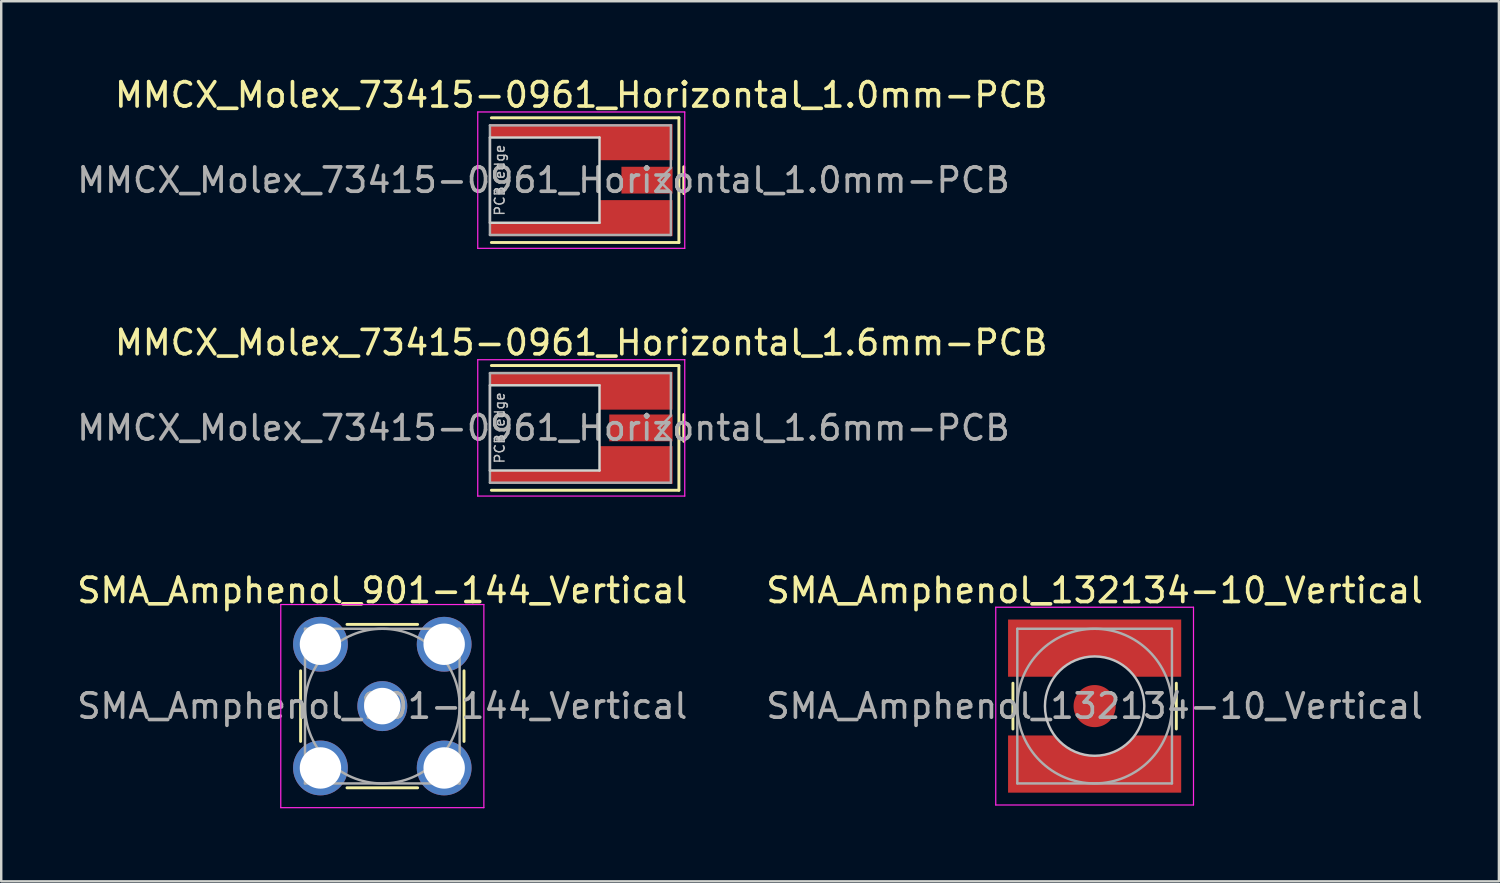
<source format=kicad_pcb>
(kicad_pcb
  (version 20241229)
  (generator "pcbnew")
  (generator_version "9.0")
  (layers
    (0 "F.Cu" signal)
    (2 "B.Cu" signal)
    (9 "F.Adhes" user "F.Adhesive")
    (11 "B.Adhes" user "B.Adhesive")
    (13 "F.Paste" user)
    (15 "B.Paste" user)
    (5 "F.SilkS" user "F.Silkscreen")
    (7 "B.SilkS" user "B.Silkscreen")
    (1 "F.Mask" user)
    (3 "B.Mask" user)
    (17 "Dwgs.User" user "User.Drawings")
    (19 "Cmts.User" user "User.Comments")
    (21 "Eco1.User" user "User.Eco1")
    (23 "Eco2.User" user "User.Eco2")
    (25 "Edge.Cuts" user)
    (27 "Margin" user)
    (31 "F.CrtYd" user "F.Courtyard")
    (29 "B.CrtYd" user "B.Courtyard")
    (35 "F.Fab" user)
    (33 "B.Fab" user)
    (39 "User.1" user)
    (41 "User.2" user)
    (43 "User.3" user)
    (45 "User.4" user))
  (footprint "SMA_Amphenol_132134-10_Vertical"
    (layer "F.Cu")
    (at 41.899 25.945)
    (property "Reference" "SMA_Amphenol_132134-10_Vertical" (at 0 -4.75 0) (layer "F.SilkS") (effects (font (size 1 1) (thickness 0.15))))
    (attr smd)
    (fp_line (start -3.355 -0.94) (end -3.355 0.94) (stroke (width 0.12) (type solid)) (layer "F.SilkS"))
    (fp_line (start 3.355 -0.94) (end 3.355 0.94) (stroke (width 0.12) (type solid)) (layer "F.SilkS"))
    (fp_circle (center 0 0) (end 2.04 0) (stroke (width 0.1) (type solid)) (fill no) (layer "Dwgs.User"))
    (fp_line (start -4.06 -4.06) (end -4.06 4.06) (stroke (width 0.05) (type solid)) (layer "F.CrtYd"))
    (fp_line (start -4.06 -4.06) (end 4.06 -4.06) (stroke (width 0.05) (type solid)) (layer "F.CrtYd"))
    (fp_line (start 4.06 4.06) (end -4.06 4.06) (stroke (width 0.05) (type solid)) (layer "F.CrtYd"))
    (fp_line (start 4.06 4.06) (end 4.06 -4.06) (stroke (width 0.05) (type solid)) (layer "F.CrtYd"))
    (fp_line (start -3.175 -3.175) (end -3.175 3.175) (stroke (width 0.1) (type solid)) (layer "F.Fab"))
    (fp_line (start -3.175 -3.175) (end 3.175 -3.175) (stroke (width 0.1) (type solid)) (layer "F.Fab"))
    (fp_line (start -3.175 3.175) (end 3.175 3.175) (stroke (width 0.1) (type solid)) (layer "F.Fab"))
    (fp_line (start 3.175 -3.175) (end 3.175 3.175) (stroke (width 0.1) (type solid)) (layer "F.Fab"))
    (fp_circle (center 0 0) (end 3.175 0) (stroke (width 0.1) (type solid)) (fill no) (layer "F.Fab"))
    (fp_text user "${REFERENCE}" (at 0 0 0) (layer "F.Fab") (effects (font (size 1 1) (thickness 0.15))))
    (pad "1" smd circle (at 0 0 90) (size 1.73 1.73) (layers "F.Cu" "F.Mask" "F.Paste"))
    (pad "2" smd custom (at 0 -2.8 180) (size 7.11 1.51) (layers "F.Cu" "F.Mask" "F.Paste") (options (anchor rect)) (primitives (gr_poly (pts (xy -1.5 -1.42) (xy -1.36 -1.28) (xy -1.205 -1.155) (xy -1.035 -1.045) (xy -0.86 -0.95) (xy -0.675 -0.875) (xy -0.48 -0.82) (xy -0.28 -0.78) (xy -0.085 -0.765) (xy 0 -0.765) (xy 0 0.755) (xy -3.555 0.755) (xy -3.555 -1.595) (xy -1.645 -1.595)) (width 0) (fill yes)) (gr_poly (pts (xy 3.555 0.755) (xy 0 0.755) (xy 0 -0.765) (xy 0.085 -0.765) (xy 0.28 -0.78) (xy 0.48 -0.82) (xy 0.675 -0.875) (xy 0.86 -0.95) (xy 1.035 -1.045) (xy 1.205 -1.155) (xy 1.36 -1.28) (xy 1.5 -1.42) (xy 1.645 -1.595) (xy 3.555 -1.595)) (width 0) (fill yes))))
    (pad "2" smd custom (at 0 2.8) (size 7.11 1.51) (layers "F.Cu" "F.Mask" "F.Paste") (options (anchor rect)) (primitives (gr_poly (pts (xy -1.5 -1.42) (xy -1.36 -1.28) (xy -1.205 -1.155) (xy -1.035 -1.045) (xy -0.86 -0.95) (xy -0.675 -0.875) (xy -0.48 -0.82) (xy -0.28 -0.78) (xy -0.085 -0.765) (xy 0 -0.765) (xy 0 0.755) (xy -3.555 0.755) (xy -3.555 -1.595) (xy -1.645 -1.595)) (width 0) (fill yes)) (gr_poly (pts (xy 3.555 0.755) (xy 0 0.755) (xy 0 -0.765) (xy 0.085 -0.765) (xy 0.28 -0.78) (xy 0.48 -0.82) (xy 0.675 -0.875) (xy 0.86 -0.95) (xy 1.035 -1.045) (xy 1.205 -1.155) (xy 1.36 -1.28) (xy 1.5 -1.42) (xy 1.645 -1.595) (xy 3.555 -1.595)) (width 0) (fill yes)))))
  (footprint "MMCX_Molex_73415-0961_Horizontal_1.0mm-PCB"
    (layer "F.Cu")
    (at 20.818 4.348)
    (property "Reference" "MMCX_Molex_73415-0961_Horizontal_1.0mm-PCB" (at 0 -3.5 0) (layer "F.SilkS") (effects (font (size 1 1) (thickness 0.15))))
    (attr smd)
    (fp_line (start -3.69 -2.56) (end 4.01 -2.56) (stroke (width 0.12) (type solid)) (layer "F.SilkS"))
    (fp_line (start -3.69 2.56) (end 4.01 2.56) (stroke (width 0.12) (type solid)) (layer "F.SilkS"))
    (fp_line (start 4.01 2.56) (end 4.01 -2.56) (stroke (width 0.12) (type solid)) (layer "F.SilkS"))
    (fp_line (start 4.21 -0.55) (end 4.21 0.55) (stroke (width 0.12) (type solid)) (layer "F.SilkS"))
    (fp_line (start -3.75 1.75) (end -3.75 -1.75) (stroke (width 0.1) (type solid)) (layer "Dwgs.User"))
    (fp_line (start -3.75 1.75) (end 0.75 1.75) (stroke (width 0.1) (type solid)) (layer "Edge.Cuts"))
    (fp_line (start 0.75 -1.75) (end -3.75 -1.75) (stroke (width 0.1) (type solid)) (layer "Edge.Cuts"))
    (fp_line (start 0.75 1.75) (end 0.75 -1.75) (stroke (width 0.1) (type solid)) (layer "Edge.Cuts"))
    (fp_line (start -4.25 -2.8) (end -4.25 2.8) (stroke (width 0.05) (type solid)) (layer "F.CrtYd"))
    (fp_line (start -4.25 -2.8) (end 4.25 -2.8) (stroke (width 0.05) (type solid)) (layer "F.CrtYd"))
    (fp_line (start -4.25 2.8) (end 4.25 2.8) (stroke (width 0.05) (type solid)) (layer "F.CrtYd"))
    (fp_line (start 4.25 -2.8) (end 4.25 2.8) (stroke (width 0.05) (type solid)) (layer "F.CrtYd"))
    (fp_line (start -3.75 -2.25) (end -3.75 2.25) (stroke (width 0.1) (type solid)) (layer "F.Fab"))
    (fp_line (start -3.75 -2.25) (end 3.68 -2.25) (stroke (width 0.1) (type solid)) (layer "F.Fab"))
    (fp_line (start -3.75 2.25) (end 3.68 2.25) (stroke (width 0.1) (type solid)) (layer "F.Fab"))
    (fp_line (start 3.18 0) (end 3.68 -0.5) (stroke (width 0.1) (type solid)) (layer "F.Fab"))
    (fp_line (start 3.18 0) (end 3.68 0.5) (stroke (width 0.1) (type solid)) (layer "F.Fab"))
    (fp_line (start 3.68 -0.5) (end 3.68 -2.25) (stroke (width 0.1) (type solid)) (layer "F.Fab"))
    (fp_line (start 3.68 2.25) (end 3.68 0.5) (stroke (width 0.1) (type solid)) (layer "F.Fab"))
    (fp_text user "PCB edge" (at -3.35 0 90) (layer "Dwgs.User") (effects (font (size 0.4 0.4) (thickness 0.06))))
    (fp_text user "${REFERENCE}" (at -1.55 0 0) (layer "F.Fab") (effects (font (size 1 1) (thickness 0.15))))
    (pad "1" smd rect (at 2.7 0) (size 2.1 1.1) (layers "F.Cu" "F.Mask" "F.Paste"))
    (pad "2" smd custom (at 2.25 -1.56) (size 3 1.48) (layers "F.Cu" "F.Mask" "F.Paste") (options (anchor rect)) (primitives (gr_poly (pts (xy -1.5 -0.19) (xy -6 -0.19) (xy -6 -0.74) (xy -1.5 -0.74)) (width 0) (fill yes))))
    (pad "2" smd custom (at 2.25 1.56) (size 3 1.48) (layers "F.Cu" "F.Mask" "F.Paste") (options (anchor rect)) (primitives (gr_poly (pts (xy -1.5 0.74) (xy -6 0.74) (xy -6 0.19) (xy -1.5 0.19)) (width 0) (fill yes)))))
  (footprint "SMA_Amphenol_901-144_Vertical"
    (layer "F.Cu")
    (at 12.649 25.945)
    (property "Reference" "SMA_Amphenol_901-144_Vertical" (at 0 -4.75 0) (layer "F.SilkS") (effects (font (size 1 1) (thickness 0.15))))
    (attr through_hole)
    (fp_line (start -3.355 -1.45) (end -3.355 1.45) (stroke (width 0.12) (type solid)) (layer "F.SilkS"))
    (fp_line (start -1.45 -3.355) (end 1.45 -3.355) (stroke (width 0.12) (type solid)) (layer "F.SilkS"))
    (fp_line (start -1.45 3.355) (end 1.45 3.355) (stroke (width 0.12) (type solid)) (layer "F.SilkS"))
    (fp_line (start 3.355 -1.45) (end 3.355 1.45) (stroke (width 0.12) (type solid)) (layer "F.SilkS"))
    (fp_line (start -4.17 -4.17) (end -4.17 4.17) (stroke (width 0.05) (type solid)) (layer "F.CrtYd"))
    (fp_line (start -4.17 -4.17) (end 4.17 -4.17) (stroke (width 0.05) (type solid)) (layer "F.CrtYd"))
    (fp_line (start 4.17 4.17) (end -4.17 4.17) (stroke (width 0.05) (type solid)) (layer "F.CrtYd"))
    (fp_line (start 4.17 4.17) (end 4.17 -4.17) (stroke (width 0.05) (type solid)) (layer "F.CrtYd"))
    (fp_line (start -3.175 -3.175) (end -3.175 3.175) (stroke (width 0.1) (type solid)) (layer "F.Fab"))
    (fp_line (start -3.175 -3.175) (end 3.175 -3.175) (stroke (width 0.1) (type solid)) (layer "F.Fab"))
    (fp_line (start -3.175 3.175) (end 3.175 3.175) (stroke (width 0.1) (type solid)) (layer "F.Fab"))
    (fp_line (start 3.175 -3.175) (end 3.175 3.175) (stroke (width 0.1) (type solid)) (layer "F.Fab"))
    (fp_circle (center 0 0) (end 3.175 0) (stroke (width 0.1) (type solid)) (fill no) (layer "F.Fab"))
    (fp_text user "${REFERENCE}" (at 0 0 0) (layer "F.Fab") (effects (font (size 1 1) (thickness 0.15))))
    (pad "1" thru_hole circle (at 0 0) (size 2.05 2.05) (drill 1.5) (layers "*.Cu" "*.Mask"))
    (pad "2" thru_hole circle (at -2.54 -2.54) (size 2.25 2.25) (drill 1.7) (layers "*.Cu" "*.Mask"))
    (pad "2" thru_hole circle (at -2.54 2.54) (size 2.25 2.25) (drill 1.7) (layers "*.Cu" "*.Mask"))
    (pad "2" thru_hole circle (at 2.54 -2.54) (size 2.25 2.25) (drill 1.7) (layers "*.Cu" "*.Mask"))
    (pad "2" thru_hole circle (at 2.54 2.54) (size 2.25 2.25) (drill 1.7) (layers "*.Cu" "*.Mask")))
  (footprint "MMCX_Molex_73415-0961_Horizontal_1.6mm-PCB"
    (layer "F.Cu")
    (at 20.818 14.521)
    (property "Reference" "MMCX_Molex_73415-0961_Horizontal_1.6mm-PCB" (at 0 -3.5 0) (layer "F.SilkS") (effects (font (size 1 1) (thickness 0.15))))
    (attr smd)
    (fp_line (start -3.69 -2.56) (end 4.01 -2.56) (stroke (width 0.12) (type solid)) (layer "F.SilkS"))
    (fp_line (start -3.69 2.56) (end 4.01 2.56) (stroke (width 0.12) (type solid)) (layer "F.SilkS"))
    (fp_line (start 4.01 2.56) (end 4.01 -2.56) (stroke (width 0.12) (type solid)) (layer "F.SilkS"))
    (fp_line (start 4.21 -0.55) (end 4.21 0.55) (stroke (width 0.12) (type solid)) (layer "F.SilkS"))
    (fp_line (start -3.75 1.75) (end -3.75 -1.75) (stroke (width 0.1) (type solid)) (layer "Dwgs.User"))
    (fp_line (start -3.75 1.75) (end 0.75 1.75) (stroke (width 0.1) (type solid)) (layer "Edge.Cuts"))
    (fp_line (start 0.75 -1.75) (end -3.75 -1.75) (stroke (width 0.1) (type solid)) (layer "Edge.Cuts"))
    (fp_line (start 0.75 1.75) (end 0.75 -1.75) (stroke (width 0.1) (type solid)) (layer "Edge.Cuts"))
    (fp_line (start -4.25 -2.8) (end -4.25 2.8) (stroke (width 0.05) (type solid)) (layer "F.CrtYd"))
    (fp_line (start -4.25 -2.8) (end 4.25 -2.8) (stroke (width 0.05) (type solid)) (layer "F.CrtYd"))
    (fp_line (start -4.25 2.8) (end 4.25 2.8) (stroke (width 0.05) (type solid)) (layer "F.CrtYd"))
    (fp_line (start 4.25 -2.8) (end 4.25 2.8) (stroke (width 0.05) (type solid)) (layer "F.CrtYd"))
    (fp_line (start -3.75 -2.25) (end -3.75 2.25) (stroke (width 0.1) (type solid)) (layer "F.Fab"))
    (fp_line (start -3.75 -2.25) (end 3.68 -2.25) (stroke (width 0.1) (type solid)) (layer "F.Fab"))
    (fp_line (start -3.75 2.25) (end 3.68 2.25) (stroke (width 0.1) (type solid)) (layer "F.Fab"))
    (fp_line (start 3.18 0) (end 3.68 -0.5) (stroke (width 0.1) (type solid)) (layer "F.Fab"))
    (fp_line (start 3.18 0) (end 3.68 0.5) (stroke (width 0.1) (type solid)) (layer "F.Fab"))
    (fp_line (start 3.68 -0.5) (end 3.68 -2.25) (stroke (width 0.1) (type solid)) (layer "F.Fab"))
    (fp_line (start 3.68 2.25) (end 3.68 0.5) (stroke (width 0.1) (type solid)) (layer "F.Fab"))
    (fp_text user "PCB edge" (at -3.35 0 90) (layer "Dwgs.User") (effects (font (size 0.4 0.4) (thickness 0.06))))
    (fp_text user "${REFERENCE}" (at -1.55 0 0) (layer "F.Fab") (effects (font (size 1 1) (thickness 0.15))))
    (pad "1" smd rect (at 2.45 0) (size 2.6 1.1) (layers "F.Cu" "F.Mask" "F.Paste"))
    (pad "2" smd custom (at 2.25 -1.525) (size 3 1.55) (layers "F.Cu" "F.Mask" "F.Paste") (options (anchor rect)) (primitives (gr_poly (pts (xy -1.5 -0.225) (xy -6 -0.225) (xy -6 -0.775) (xy -1.5 -0.775)) (width 0) (fill yes))))
    (pad "2" smd custom (at 2.25 1.525) (size 3 1.55) (layers "F.Cu" "F.Mask" "F.Paste") (options (anchor rect)) (primitives (gr_poly (pts (xy -1.5 0.775) (xy -6 0.775) (xy -6 0.225) (xy -1.5 0.225)) (width 0) (fill yes)))))
  (gr_rect
    (start -3 -3)
    (end 58.5 33.14)
    (stroke (width 0.1) (type default))
    (fill no)
    (layer "Edge.Cuts")))
</source>
